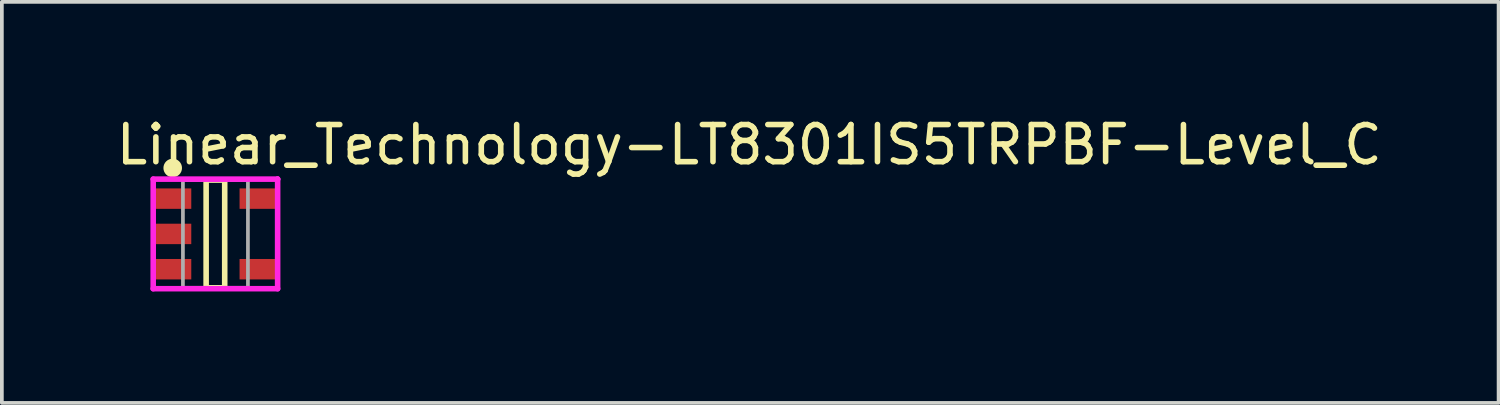
<source format=kicad_pcb>
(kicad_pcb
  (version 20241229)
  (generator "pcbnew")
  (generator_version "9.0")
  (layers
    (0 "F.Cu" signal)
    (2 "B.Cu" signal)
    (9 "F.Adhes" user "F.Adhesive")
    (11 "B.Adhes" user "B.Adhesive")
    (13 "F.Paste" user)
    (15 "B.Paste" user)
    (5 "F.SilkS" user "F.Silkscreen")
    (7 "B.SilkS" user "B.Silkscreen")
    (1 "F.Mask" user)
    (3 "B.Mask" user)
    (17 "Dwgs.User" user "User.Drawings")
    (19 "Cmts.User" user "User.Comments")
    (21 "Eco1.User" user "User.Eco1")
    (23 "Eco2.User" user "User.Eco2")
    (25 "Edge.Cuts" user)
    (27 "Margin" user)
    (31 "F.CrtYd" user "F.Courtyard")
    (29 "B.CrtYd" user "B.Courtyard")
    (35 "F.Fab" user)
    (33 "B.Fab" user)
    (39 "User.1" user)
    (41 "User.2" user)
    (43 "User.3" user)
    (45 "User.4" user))
  (footprint "Linear_Technology-LT8301IS5TRPBF-Level_C"
    (layer "F.Cu")
    (at 2.75 3.248)
    (property "Reference" "Linear_Technology-LT8301IS5TRPBF-Level_C" (at -2.75 -2.4 0) (layer "F.SilkS") (effects (font (size 1 1) (thickness 0.15)) (justify left)))
    (attr through_hole)
    (fp_line (start -0.25 -1.45) (end 0.25 -1.45) (stroke (width 0.15) (type solid)) (layer "F.SilkS"))
    (fp_line (start -0.25 1.45) (end -0.25 -1.45) (stroke (width 0.15) (type solid)) (layer "F.SilkS"))
    (fp_line (start -0.25 1.45) (end 0.25 1.45) (stroke (width 0.15) (type solid)) (layer "F.SilkS"))
    (fp_line (start 0.25 1.45) (end 0.25 -1.45) (stroke (width 0.15) (type solid)) (layer "F.SilkS"))
    (fp_circle (center -1.15 -1.775) (end -1.025 -1.775) (stroke (width 0.25) (type solid)) (fill no) (layer "F.SilkS"))
    (fp_line (start -1.675 -1.475) (end -1.675 1.475) (stroke (width 0.15) (type solid)) (layer "F.CrtYd"))
    (fp_line (start -1.675 1.475) (end 1.675 1.475) (stroke (width 0.15) (type solid)) (layer "F.CrtYd"))
    (fp_line (start 1.675 -1.475) (end -1.675 -1.475) (stroke (width 0.15) (type solid)) (layer "F.CrtYd"))
    (fp_line (start 1.675 -1.475) (end 1.675 -1.475) (stroke (width 0.15) (type solid)) (layer "F.CrtYd"))
    (fp_line (start 1.675 1.475) (end 1.675 -1.475) (stroke (width 0.15) (type solid)) (layer "F.CrtYd"))
    (fp_line (start -0.875 -1.45) (end 0.875 -1.45) (stroke (width 0.1) (type solid)) (layer "F.Fab"))
    (fp_line (start -0.875 1.45) (end -0.875 -1.45) (stroke (width 0.1) (type solid)) (layer "F.Fab"))
    (fp_line (start -0.875 1.45) (end 0.875 1.45) (stroke (width 0.1) (type solid)) (layer "F.Fab"))
    (fp_line (start 0.875 1.45) (end 0.875 -1.45) (stroke (width 0.1) (type solid)) (layer "F.Fab"))
    (pad "1" smd rect (at -1.15 -0.95 270) (size 0.55 1) (layers "F.Cu" "F.Mask" "F.Paste"))
    (pad "2" smd rect (at -1.15 -0.000001 270) (size 0.55 1) (layers "F.Cu" "F.Mask" "F.Paste"))
    (pad "3" smd rect (at -1.15 0.95 270) (size 0.55 1) (layers "F.Cu" "F.Mask" "F.Paste"))
    (pad "4" smd rect (at 1.15 0.95 270) (size 0.55 1) (layers "F.Cu" "F.Mask" "F.Paste"))
    (pad "5" smd rect (at 1.15 -0.95 270) (size 0.55 1) (layers "F.Cu" "F.Mask" "F.Paste")))
  (gr_rect
    (start -3 -3)
    (end 37.298 7.798)
    (stroke (width 0.1) (type default))
    (fill no)
    (layer "Edge.Cuts")))
</source>
